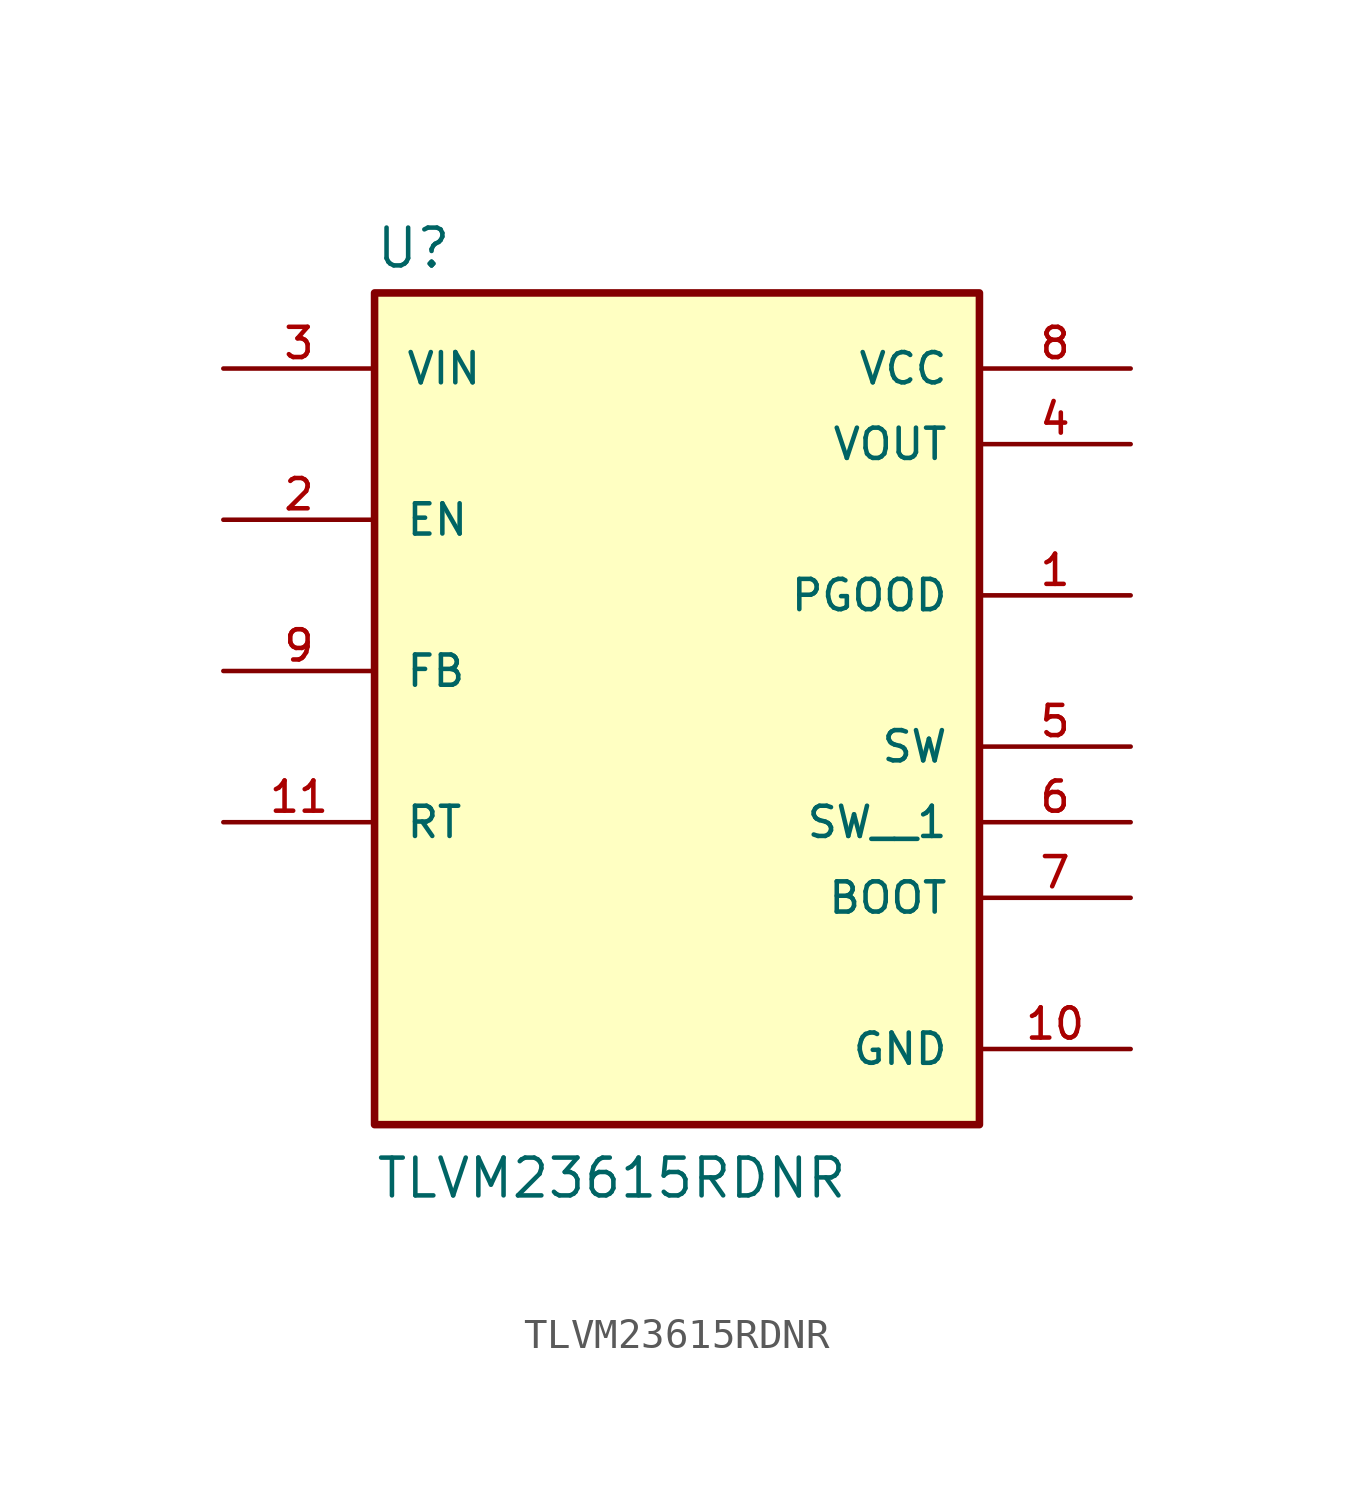
<source format=kicad_sym>
(kicad_symbol_lib
  (version 20211014)
  (generator kicad_symbol_editor)
  (symbol "TLVM23615RDNR"
    (pin_names
      (offset 1.016))
    (property "Reference" "U"
      (at -10.16 13.462 0)
      (effects (font (size 1.27 1.27)) (justify bottom left)))
    (property "Value" "TLVM23615RDNR"
      (at -10.16 -17.78 0)
      (effects (font (size 1.27 1.27)) (justify bottom left)))
    (symbol "TLVM23615RDNR_0_0"
      (rectangle (start -10.16 -15.24) (end 10.16 12.7) (stroke (width 0.254)) (fill (type background)))
      (pin output line (at 15.24 2.54 180.0) (length 5.08) (name "PGOOD" (effects (font (size 1.016 1.016)))) (number "1" (effects (font (size 1.016 1.016)))))
      (pin input line (at -15.24 5.08 0) (length 5.08) (name "EN" (effects (font (size 1.016 1.016)))) (number "2" (effects (font (size 1.016 1.016)))))
      (pin input line (at -15.24 10.16 0) (length 5.08) (name "VIN" (effects (font (size 1.016 1.016)))) (number "3" (effects (font (size 1.016 1.016)))))
      (pin output line (at 15.24 7.62 180.0) (length 5.08) (name "VOUT" (effects (font (size 1.016 1.016)))) (number "4" (effects (font (size 1.016 1.016)))))
      (pin passive line (at 15.24 -2.54 180.0) (length 5.08) (name "SW" (effects (font (size 1.016 1.016)))) (number "5" (effects (font (size 1.016 1.016)))))
      (pin passive line (at 15.24 -7.62 180.0) (length 5.08) (name "BOOT" (effects (font (size 1.016 1.016)))) (number "7" (effects (font (size 1.016 1.016)))))
      (pin output line (at 15.24 10.16 180.0) (length 5.08) (name "VCC" (effects (font (size 1.016 1.016)))) (number "8" (effects (font (size 1.016 1.016)))))
      (pin input line (at -15.24 0.0 0) (length 5.08) (name "FB" (effects (font (size 1.016 1.016)))) (number "9" (effects (font (size 1.016 1.016)))))
      (pin power_in line (at 15.24 -12.7 180.0) (length 5.08) (name "GND" (effects (font (size 1.016 1.016)))) (number "10" (effects (font (size 1.016 1.016)))))
      (pin passive line (at -15.24 -5.08 0) (length 5.08) (name "RT" (effects (font (size 1.016 1.016)))) (number "11" (effects (font (size 1.016 1.016)))))
      (pin passive line (at 15.24 -5.08 180.0) (length 5.08) (name "SW__1" (effects (font (size 1.016 1.016)))) (number "6" (effects (font (size 1.016 1.016))))))))
</source>
